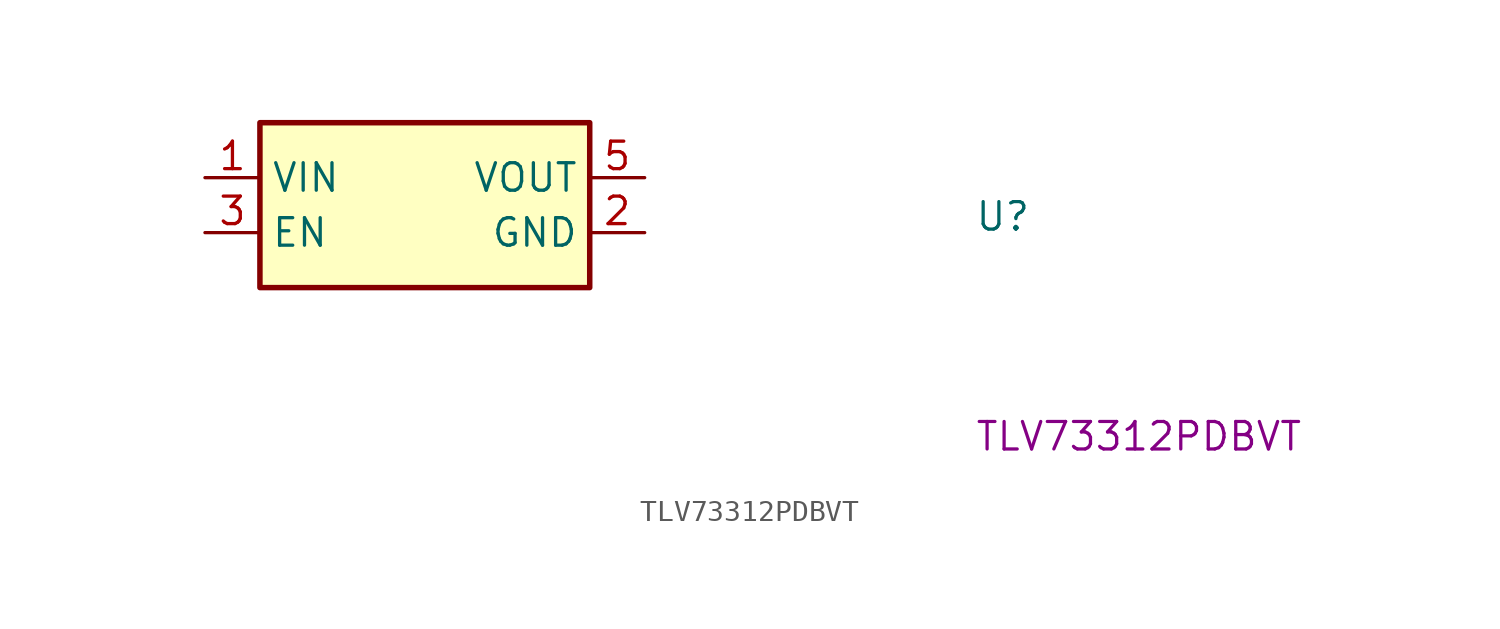
<source format=kicad_sym>
(kicad_symbol_lib
  (version 20220914)
  (generator kicad_symbol_editor)
  (symbol "TLV73312PDBVT"
    (property "Reference" "U"
      (at 35.56 -2.54 0)
      (effects (font (size 1.27 1.27) (thickness 0.15)) (justify left bottom)))
    (property "MPN" "TLV73312PDBVT"
      (at 35.56 -12.7 0)
      (effects (font (size 1.27 1.27) (thickness 0.15)) (justify left bottom)))
    (symbol "TLV73312PDBVT_1_1"
      (rectangle (start 2.54 2.54) (end 17.78 -5.08) (stroke (width 0.254) (type default)) (fill (type background)))
      (pin power_in line (at 0 0 0) (length 2.54) (name "VIN" (effects (font (size 1.27 1.27)))) (number "1" (effects (font (size 1.27 1.27)))))
      (pin power_in line (at 20.32 -2.54 180) (length 2.54) (name "GND" (effects (font (size 1.27 1.27)))) (number "2" (effects (font (size 1.27 1.27)))))
      (pin input line (at 0 -2.54 0) (length 2.54) (name "EN" (effects (font (size 1.27 1.27)))) (number "3" (effects (font (size 1.27 1.27)))))
      (pin no_connect line (at 20.32 -3.81 180) (length 2.54) hide (name "NC" (effects (font (size 1.27 1.27)))) (number "4" (effects (font (size 1.27 1.27)))))
      (pin power_out line (at 20.32 0 180) (length 2.54) (name "VOUT" (effects (font (size 1.27 1.27)))) (number "5" (effects (font (size 1.27 1.27))))))))
</source>
